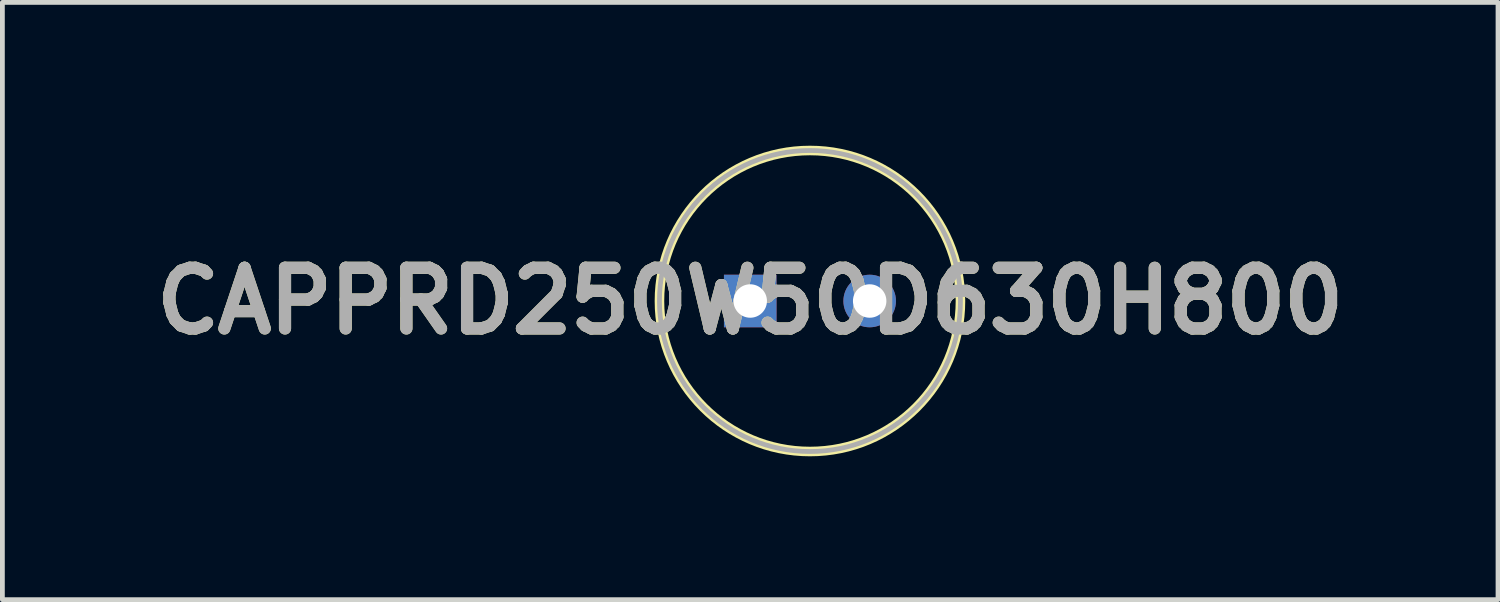
<source format=kicad_pcb>
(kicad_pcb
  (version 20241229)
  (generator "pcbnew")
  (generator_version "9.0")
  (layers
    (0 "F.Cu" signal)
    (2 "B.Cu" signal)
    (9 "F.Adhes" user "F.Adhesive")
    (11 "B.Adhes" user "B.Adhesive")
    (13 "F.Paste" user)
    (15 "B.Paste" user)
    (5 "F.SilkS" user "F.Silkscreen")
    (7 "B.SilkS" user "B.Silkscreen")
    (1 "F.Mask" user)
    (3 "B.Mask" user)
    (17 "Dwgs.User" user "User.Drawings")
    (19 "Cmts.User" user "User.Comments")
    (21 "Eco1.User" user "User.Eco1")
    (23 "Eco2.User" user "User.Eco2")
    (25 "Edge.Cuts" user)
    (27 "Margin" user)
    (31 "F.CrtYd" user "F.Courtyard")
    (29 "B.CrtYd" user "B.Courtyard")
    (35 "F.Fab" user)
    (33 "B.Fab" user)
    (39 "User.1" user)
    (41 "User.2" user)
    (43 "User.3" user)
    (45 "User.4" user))
  (footprint "CAPPRD250W50D630H800"
    (layer "F.Cu")
    (at 12.652 3.25)
    (property "Reference" "CAPPRD250W50D630H800" (at 0 0 0) (layer "F.SilkS") (effects (font (size 1.27 1.27) (thickness 0.254))))
    (attr through_hole)
    (fp_circle (center 1.25 0) (end 1.25 3.15) (stroke (width 0.2) (type solid)) (fill no) (layer "F.SilkS"))
    (fp_circle (center 1.25 0) (end 1.25 3.15) (stroke (width 0.1) (type solid)) (fill no) (layer "F.Fab"))
    (fp_text user "${REFERENCE}" (at 0 0 0) (layer "F.Fab") (effects (font (size 1.27 1.27) (thickness 0.254))))
    (pad "1" thru_hole rect (at 0 0) (size 1.1 1.1) (drill 0.7) (layers "*.Cu" "*.Mask"))
    (pad "2" thru_hole circle (at 2.5 0) (size 1.1 1.1) (drill 0.7) (layers "*.Cu" "*.Mask")))
  (gr_rect
    (start -3 -3)
    (end 28.303 9.5)
    (stroke (width 0.1) (type default))
    (fill no)
    (layer "Edge.Cuts")))
</source>
